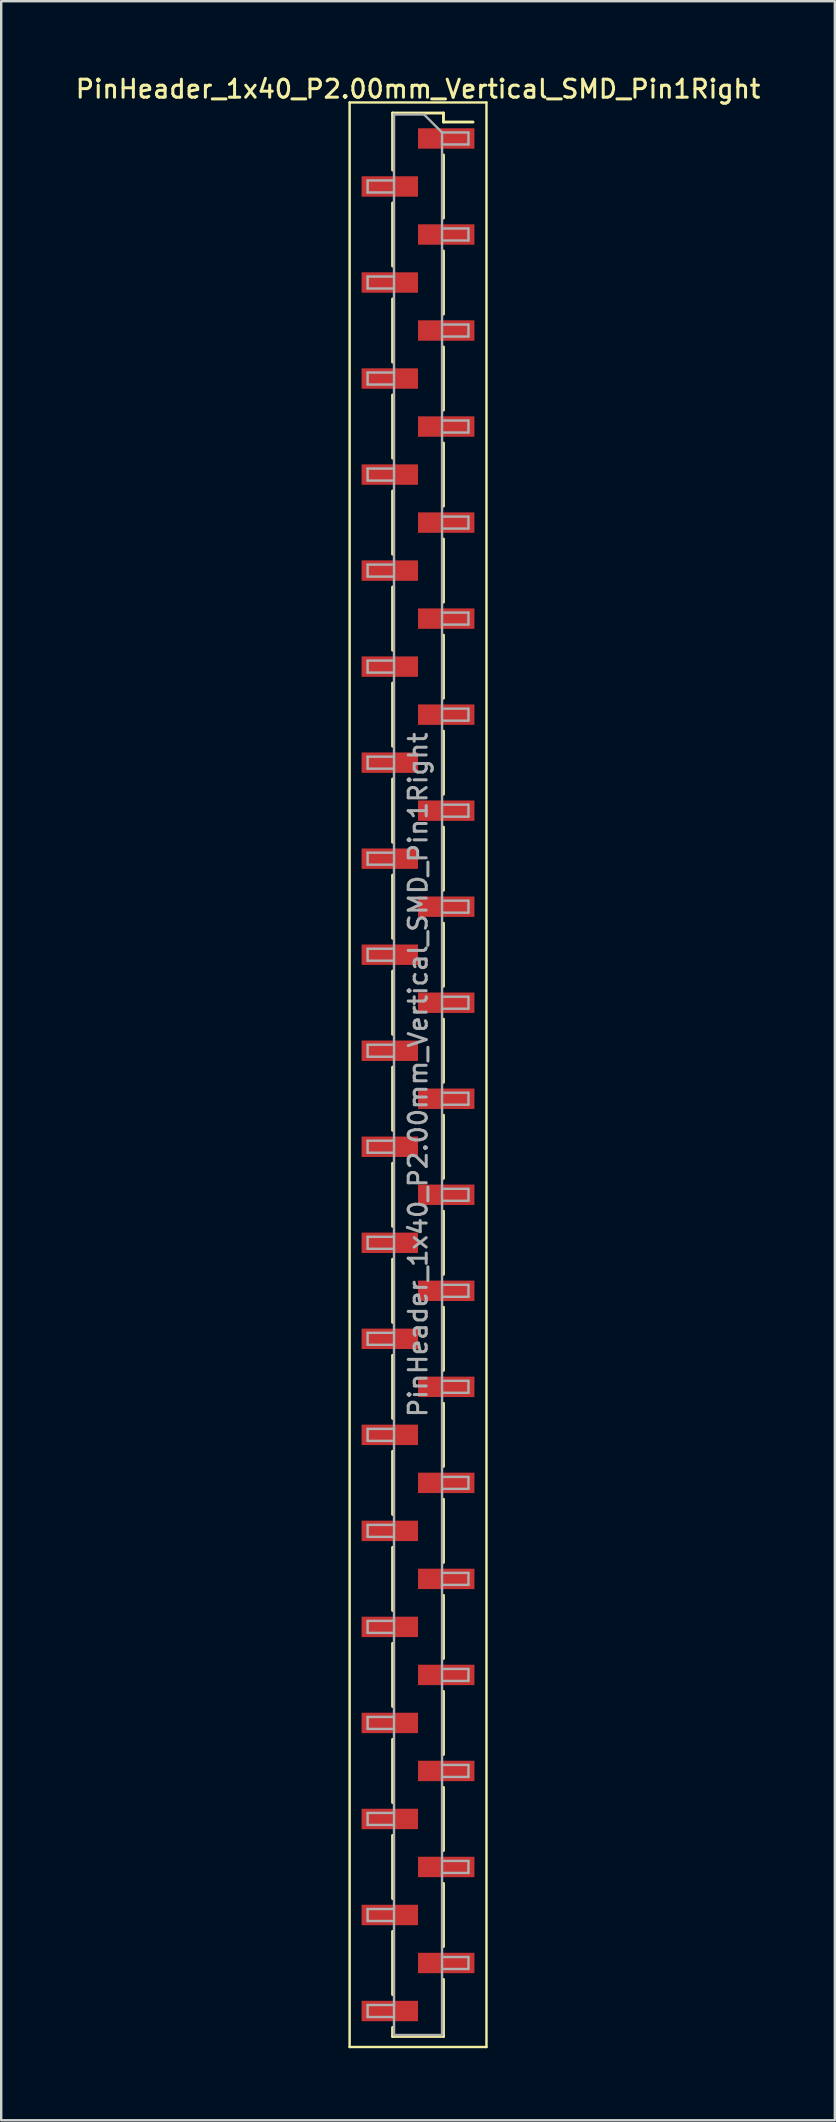
<source format=kicad_pcb>
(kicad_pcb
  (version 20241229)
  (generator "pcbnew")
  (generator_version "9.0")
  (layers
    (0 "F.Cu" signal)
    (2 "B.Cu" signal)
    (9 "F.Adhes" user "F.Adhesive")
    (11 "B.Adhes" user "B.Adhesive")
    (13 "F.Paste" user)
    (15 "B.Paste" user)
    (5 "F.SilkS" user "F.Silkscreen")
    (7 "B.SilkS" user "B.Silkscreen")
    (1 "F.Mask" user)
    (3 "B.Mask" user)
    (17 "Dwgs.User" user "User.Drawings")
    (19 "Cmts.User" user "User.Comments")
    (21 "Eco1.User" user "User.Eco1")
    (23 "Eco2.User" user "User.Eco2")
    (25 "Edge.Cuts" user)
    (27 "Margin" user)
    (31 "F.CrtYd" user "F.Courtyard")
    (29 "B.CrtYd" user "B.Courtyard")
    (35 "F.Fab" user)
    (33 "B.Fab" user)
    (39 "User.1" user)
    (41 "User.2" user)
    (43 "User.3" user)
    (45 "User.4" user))
  (footprint "PinHeader_1x40_P2.00mm_Vertical_SMD_Pin1Right"
    (layer "F.Cu")
    (at 14.363 41.718)
    (property "Reference" "PinHeader_1x40_P2.00mm_Vertical_SMD_Pin1Right" (at 0 -41.06 0) (layer "F.SilkS") (effects (font (size 0.75 0.75) (thickness 0.125))))
    (attr smd)
    (fp_line (start -2.85 -40.5) (end -2.85 40.5) (stroke (width 0.1) (type solid)) (layer "F.SilkS"))
    (fp_line (start -2.85 40.5) (end 2.85 40.5) (stroke (width 0.1) (type solid)) (layer "F.SilkS"))
    (fp_line (start -1.06 -40.06) (end -1.06 -37.685) (stroke (width 0.12) (type solid)) (layer "F.SilkS"))
    (fp_line (start -1.06 -40.06) (end 1.06 -40.06) (stroke (width 0.12) (type solid)) (layer "F.SilkS"))
    (fp_line (start -1.06 -36.315) (end -1.06 -33.685) (stroke (width 0.12) (type solid)) (layer "F.SilkS"))
    (fp_line (start -1.06 -32.315) (end -1.06 -29.685) (stroke (width 0.12) (type solid)) (layer "F.SilkS"))
    (fp_line (start -1.06 -28.315) (end -1.06 -25.685) (stroke (width 0.12) (type solid)) (layer "F.SilkS"))
    (fp_line (start -1.06 -24.315) (end -1.06 -21.685) (stroke (width 0.12) (type solid)) (layer "F.SilkS"))
    (fp_line (start -1.06 -20.315) (end -1.06 -17.685) (stroke (width 0.12) (type solid)) (layer "F.SilkS"))
    (fp_line (start -1.06 -16.315) (end -1.06 -13.685) (stroke (width 0.12) (type solid)) (layer "F.SilkS"))
    (fp_line (start -1.06 -12.315) (end -1.06 -9.685) (stroke (width 0.12) (type solid)) (layer "F.SilkS"))
    (fp_line (start -1.06 -8.315) (end -1.06 -5.685) (stroke (width 0.12) (type solid)) (layer "F.SilkS"))
    (fp_line (start -1.06 -4.315) (end -1.06 -1.685) (stroke (width 0.12) (type solid)) (layer "F.SilkS"))
    (fp_line (start -1.06 -0.315) (end -1.06 2.315) (stroke (width 0.12) (type solid)) (layer "F.SilkS"))
    (fp_line (start -1.06 3.685) (end -1.06 6.315) (stroke (width 0.12) (type solid)) (layer "F.SilkS"))
    (fp_line (start -1.06 7.685) (end -1.06 10.315) (stroke (width 0.12) (type solid)) (layer "F.SilkS"))
    (fp_line (start -1.06 11.685) (end -1.06 14.315) (stroke (width 0.12) (type solid)) (layer "F.SilkS"))
    (fp_line (start -1.06 15.685) (end -1.06 18.315) (stroke (width 0.12) (type solid)) (layer "F.SilkS"))
    (fp_line (start -1.06 19.685) (end -1.06 22.315) (stroke (width 0.12) (type solid)) (layer "F.SilkS"))
    (fp_line (start -1.06 23.685) (end -1.06 26.315) (stroke (width 0.12) (type solid)) (layer "F.SilkS"))
    (fp_line (start -1.06 27.685) (end -1.06 30.315) (stroke (width 0.12) (type solid)) (layer "F.SilkS"))
    (fp_line (start -1.06 31.685) (end -1.06 34.315) (stroke (width 0.12) (type solid)) (layer "F.SilkS"))
    (fp_line (start -1.06 35.685) (end -1.06 38.315) (stroke (width 0.12) (type solid)) (layer "F.SilkS"))
    (fp_line (start -1.06 39.685) (end -1.06 40.06) (stroke (width 0.12) (type solid)) (layer "F.SilkS"))
    (fp_line (start -1.06 40.06) (end 1.06 40.06) (stroke (width 0.12) (type solid)) (layer "F.SilkS"))
    (fp_line (start 1.06 -40.06) (end 1.06 -39.685) (stroke (width 0.12) (type solid)) (layer "F.SilkS"))
    (fp_line (start 1.06 -39.685) (end 2.29 -39.685) (stroke (width 0.12) (type solid)) (layer "F.SilkS"))
    (fp_line (start 1.06 -38.315) (end 1.06 -35.685) (stroke (width 0.12) (type solid)) (layer "F.SilkS"))
    (fp_line (start 1.06 -34.315) (end 1.06 -31.685) (stroke (width 0.12) (type solid)) (layer "F.SilkS"))
    (fp_line (start 1.06 -30.315) (end 1.06 -27.685) (stroke (width 0.12) (type solid)) (layer "F.SilkS"))
    (fp_line (start 1.06 -26.315) (end 1.06 -23.685) (stroke (width 0.12) (type solid)) (layer "F.SilkS"))
    (fp_line (start 1.06 -22.315) (end 1.06 -19.685) (stroke (width 0.12) (type solid)) (layer "F.SilkS"))
    (fp_line (start 1.06 -18.315) (end 1.06 -15.685) (stroke (width 0.12) (type solid)) (layer "F.SilkS"))
    (fp_line (start 1.06 -14.315) (end 1.06 -11.685) (stroke (width 0.12) (type solid)) (layer "F.SilkS"))
    (fp_line (start 1.06 -10.315) (end 1.06 -7.685) (stroke (width 0.12) (type solid)) (layer "F.SilkS"))
    (fp_line (start 1.06 -6.315) (end 1.06 -3.685) (stroke (width 0.12) (type solid)) (layer "F.SilkS"))
    (fp_line (start 1.06 -2.315) (end 1.06 0.315) (stroke (width 0.12) (type solid)) (layer "F.SilkS"))
    (fp_line (start 1.06 1.685) (end 1.06 4.315) (stroke (width 0.12) (type solid)) (layer "F.SilkS"))
    (fp_line (start 1.06 5.685) (end 1.06 8.315) (stroke (width 0.12) (type solid)) (layer "F.SilkS"))
    (fp_line (start 1.06 9.685) (end 1.06 12.315) (stroke (width 0.12) (type solid)) (layer "F.SilkS"))
    (fp_line (start 1.06 13.685) (end 1.06 16.315) (stroke (width 0.12) (type solid)) (layer "F.SilkS"))
    (fp_line (start 1.06 17.685) (end 1.06 20.315) (stroke (width 0.12) (type solid)) (layer "F.SilkS"))
    (fp_line (start 1.06 21.685) (end 1.06 24.315) (stroke (width 0.12) (type solid)) (layer "F.SilkS"))
    (fp_line (start 1.06 25.685) (end 1.06 28.315) (stroke (width 0.12) (type solid)) (layer "F.SilkS"))
    (fp_line (start 1.06 29.685) (end 1.06 32.315) (stroke (width 0.12) (type solid)) (layer "F.SilkS"))
    (fp_line (start 1.06 33.685) (end 1.06 36.315) (stroke (width 0.12) (type solid)) (layer "F.SilkS"))
    (fp_line (start 1.06 37.685) (end 1.06 40.06) (stroke (width 0.12) (type solid)) (layer "F.SilkS"))
    (fp_line (start 2.85 -40.5) (end -2.85 -40.5) (stroke (width 0.1) (type solid)) (layer "F.SilkS"))
    (fp_line (start 2.85 40.5) (end 2.85 -40.5) (stroke (width 0.1) (type solid)) (layer "F.SilkS"))
    (fp_line (start -2.1 -37.25) (end -2.1 -36.75) (stroke (width 0.1) (type solid)) (layer "F.Fab"))
    (fp_line (start -2.1 -36.75) (end -1 -36.75) (stroke (width 0.1) (type solid)) (layer "F.Fab"))
    (fp_line (start -2.1 -33.25) (end -2.1 -32.75) (stroke (width 0.1) (type solid)) (layer "F.Fab"))
    (fp_line (start -2.1 -32.75) (end -1 -32.75) (stroke (width 0.1) (type solid)) (layer "F.Fab"))
    (fp_line (start -2.1 -29.25) (end -2.1 -28.75) (stroke (width 0.1) (type solid)) (layer "F.Fab"))
    (fp_line (start -2.1 -28.75) (end -1 -28.75) (stroke (width 0.1) (type solid)) (layer "F.Fab"))
    (fp_line (start -2.1 -25.25) (end -2.1 -24.75) (stroke (width 0.1) (type solid)) (layer "F.Fab"))
    (fp_line (start -2.1 -24.75) (end -1 -24.75) (stroke (width 0.1) (type solid)) (layer "F.Fab"))
    (fp_line (start -2.1 -21.25) (end -2.1 -20.75) (stroke (width 0.1) (type solid)) (layer "F.Fab"))
    (fp_line (start -2.1 -20.75) (end -1 -20.75) (stroke (width 0.1) (type solid)) (layer "F.Fab"))
    (fp_line (start -2.1 -17.25) (end -2.1 -16.75) (stroke (width 0.1) (type solid)) (layer "F.Fab"))
    (fp_line (start -2.1 -16.75) (end -1 -16.75) (stroke (width 0.1) (type solid)) (layer "F.Fab"))
    (fp_line (start -2.1 -13.25) (end -2.1 -12.75) (stroke (width 0.1) (type solid)) (layer "F.Fab"))
    (fp_line (start -2.1 -12.75) (end -1 -12.75) (stroke (width 0.1) (type solid)) (layer "F.Fab"))
    (fp_line (start -2.1 -9.25) (end -2.1 -8.75) (stroke (width 0.1) (type solid)) (layer "F.Fab"))
    (fp_line (start -2.1 -8.75) (end -1 -8.75) (stroke (width 0.1) (type solid)) (layer "F.Fab"))
    (fp_line (start -2.1 -5.25) (end -2.1 -4.75) (stroke (width 0.1) (type solid)) (layer "F.Fab"))
    (fp_line (start -2.1 -4.75) (end -1 -4.75) (stroke (width 0.1) (type solid)) (layer "F.Fab"))
    (fp_line (start -2.1 -1.25) (end -2.1 -0.75) (stroke (width 0.1) (type solid)) (layer "F.Fab"))
    (fp_line (start -2.1 -0.75) (end -1 -0.75) (stroke (width 0.1) (type solid)) (layer "F.Fab"))
    (fp_line (start -2.1 2.75) (end -2.1 3.25) (stroke (width 0.1) (type solid)) (layer "F.Fab"))
    (fp_line (start -2.1 3.25) (end -1 3.25) (stroke (width 0.1) (type solid)) (layer "F.Fab"))
    (fp_line (start -2.1 6.75) (end -2.1 7.25) (stroke (width 0.1) (type solid)) (layer "F.Fab"))
    (fp_line (start -2.1 7.25) (end -1 7.25) (stroke (width 0.1) (type solid)) (layer "F.Fab"))
    (fp_line (start -2.1 10.75) (end -2.1 11.25) (stroke (width 0.1) (type solid)) (layer "F.Fab"))
    (fp_line (start -2.1 11.25) (end -1 11.25) (stroke (width 0.1) (type solid)) (layer "F.Fab"))
    (fp_line (start -2.1 14.75) (end -2.1 15.25) (stroke (width 0.1) (type solid)) (layer "F.Fab"))
    (fp_line (start -2.1 15.25) (end -1 15.25) (stroke (width 0.1) (type solid)) (layer "F.Fab"))
    (fp_line (start -2.1 18.75) (end -2.1 19.25) (stroke (width 0.1) (type solid)) (layer "F.Fab"))
    (fp_line (start -2.1 19.25) (end -1 19.25) (stroke (width 0.1) (type solid)) (layer "F.Fab"))
    (fp_line (start -2.1 22.75) (end -2.1 23.25) (stroke (width 0.1) (type solid)) (layer "F.Fab"))
    (fp_line (start -2.1 23.25) (end -1 23.25) (stroke (width 0.1) (type solid)) (layer "F.Fab"))
    (fp_line (start -2.1 26.75) (end -2.1 27.25) (stroke (width 0.1) (type solid)) (layer "F.Fab"))
    (fp_line (start -2.1 27.25) (end -1 27.25) (stroke (width 0.1) (type solid)) (layer "F.Fab"))
    (fp_line (start -2.1 30.75) (end -2.1 31.25) (stroke (width 0.1) (type solid)) (layer "F.Fab"))
    (fp_line (start -2.1 31.25) (end -1 31.25) (stroke (width 0.1) (type solid)) (layer "F.Fab"))
    (fp_line (start -2.1 34.75) (end -2.1 35.25) (stroke (width 0.1) (type solid)) (layer "F.Fab"))
    (fp_line (start -2.1 35.25) (end -1 35.25) (stroke (width 0.1) (type solid)) (layer "F.Fab"))
    (fp_line (start -2.1 38.75) (end -2.1 39.25) (stroke (width 0.1) (type solid)) (layer "F.Fab"))
    (fp_line (start -2.1 39.25) (end -1 39.25) (stroke (width 0.1) (type solid)) (layer "F.Fab"))
    (fp_line (start -1 -40) (end -1 40) (stroke (width 0.1) (type solid)) (layer "F.Fab"))
    (fp_line (start -1 -40) (end 0.25 -40) (stroke (width 0.1) (type solid)) (layer "F.Fab"))
    (fp_line (start -1 -37.25) (end -2.1 -37.25) (stroke (width 0.1) (type solid)) (layer "F.Fab"))
    (fp_line (start -1 -33.25) (end -2.1 -33.25) (stroke (width 0.1) (type solid)) (layer "F.Fab"))
    (fp_line (start -1 -29.25) (end -2.1 -29.25) (stroke (width 0.1) (type solid)) (layer "F.Fab"))
    (fp_line (start -1 -25.25) (end -2.1 -25.25) (stroke (width 0.1) (type solid)) (layer "F.Fab"))
    (fp_line (start -1 -21.25) (end -2.1 -21.25) (stroke (width 0.1) (type solid)) (layer "F.Fab"))
    (fp_line (start -1 -17.25) (end -2.1 -17.25) (stroke (width 0.1) (type solid)) (layer "F.Fab"))
    (fp_line (start -1 -13.25) (end -2.1 -13.25) (stroke (width 0.1) (type solid)) (layer "F.Fab"))
    (fp_line (start -1 -9.25) (end -2.1 -9.25) (stroke (width 0.1) (type solid)) (layer "F.Fab"))
    (fp_line (start -1 -5.25) (end -2.1 -5.25) (stroke (width 0.1) (type solid)) (layer "F.Fab"))
    (fp_line (start -1 -1.25) (end -2.1 -1.25) (stroke (width 0.1) (type solid)) (layer "F.Fab"))
    (fp_line (start -1 2.75) (end -2.1 2.75) (stroke (width 0.1) (type solid)) (layer "F.Fab"))
    (fp_line (start -1 6.75) (end -2.1 6.75) (stroke (width 0.1) (type solid)) (layer "F.Fab"))
    (fp_line (start -1 10.75) (end -2.1 10.75) (stroke (width 0.1) (type solid)) (layer "F.Fab"))
    (fp_line (start -1 14.75) (end -2.1 14.75) (stroke (width 0.1) (type solid)) (layer "F.Fab"))
    (fp_line (start -1 18.75) (end -2.1 18.75) (stroke (width 0.1) (type solid)) (layer "F.Fab"))
    (fp_line (start -1 22.75) (end -2.1 22.75) (stroke (width 0.1) (type solid)) (layer "F.Fab"))
    (fp_line (start -1 26.75) (end -2.1 26.75) (stroke (width 0.1) (type solid)) (layer "F.Fab"))
    (fp_line (start -1 30.75) (end -2.1 30.75) (stroke (width 0.1) (type solid)) (layer "F.Fab"))
    (fp_line (start -1 34.75) (end -2.1 34.75) (stroke (width 0.1) (type solid)) (layer "F.Fab"))
    (fp_line (start -1 38.75) (end -2.1 38.75) (stroke (width 0.1) (type solid)) (layer "F.Fab"))
    (fp_line (start 1 -39.25) (end 0.25 -40) (stroke (width 0.1) (type solid)) (layer "F.Fab"))
    (fp_line (start 1 -39.25) (end 2.1 -39.25) (stroke (width 0.1) (type solid)) (layer "F.Fab"))
    (fp_line (start 1 -35.25) (end 2.1 -35.25) (stroke (width 0.1) (type solid)) (layer "F.Fab"))
    (fp_line (start 1 -31.25) (end 2.1 -31.25) (stroke (width 0.1) (type solid)) (layer "F.Fab"))
    (fp_line (start 1 -27.25) (end 2.1 -27.25) (stroke (width 0.1) (type solid)) (layer "F.Fab"))
    (fp_line (start 1 -23.25) (end 2.1 -23.25) (stroke (width 0.1) (type solid)) (layer "F.Fab"))
    (fp_line (start 1 -19.25) (end 2.1 -19.25) (stroke (width 0.1) (type solid)) (layer "F.Fab"))
    (fp_line (start 1 -15.25) (end 2.1 -15.25) (stroke (width 0.1) (type solid)) (layer "F.Fab"))
    (fp_line (start 1 -11.25) (end 2.1 -11.25) (stroke (width 0.1) (type solid)) (layer "F.Fab"))
    (fp_line (start 1 -7.25) (end 2.1 -7.25) (stroke (width 0.1) (type solid)) (layer "F.Fab"))
    (fp_line (start 1 -3.25) (end 2.1 -3.25) (stroke (width 0.1) (type solid)) (layer "F.Fab"))
    (fp_line (start 1 0.75) (end 2.1 0.75) (stroke (width 0.1) (type solid)) (layer "F.Fab"))
    (fp_line (start 1 4.75) (end 2.1 4.75) (stroke (width 0.1) (type solid)) (layer "F.Fab"))
    (fp_line (start 1 8.75) (end 2.1 8.75) (stroke (width 0.1) (type solid)) (layer "F.Fab"))
    (fp_line (start 1 12.75) (end 2.1 12.75) (stroke (width 0.1) (type solid)) (layer "F.Fab"))
    (fp_line (start 1 16.75) (end 2.1 16.75) (stroke (width 0.1) (type solid)) (layer "F.Fab"))
    (fp_line (start 1 20.75) (end 2.1 20.75) (stroke (width 0.1) (type solid)) (layer "F.Fab"))
    (fp_line (start 1 24.75) (end 2.1 24.75) (stroke (width 0.1) (type solid)) (layer "F.Fab"))
    (fp_line (start 1 28.75) (end 2.1 28.75) (stroke (width 0.1) (type solid)) (layer "F.Fab"))
    (fp_line (start 1 32.75) (end 2.1 32.75) (stroke (width 0.1) (type solid)) (layer "F.Fab"))
    (fp_line (start 1 36.75) (end 2.1 36.75) (stroke (width 0.1) (type solid)) (layer "F.Fab"))
    (fp_line (start 1 40) (end -1 40) (stroke (width 0.1) (type solid)) (layer "F.Fab"))
    (fp_line (start 1 40) (end 1 -39.25) (stroke (width 0.1) (type solid)) (layer "F.Fab"))
    (fp_line (start 2.1 -39.25) (end 2.1 -38.75) (stroke (width 0.1) (type solid)) (layer "F.Fab"))
    (fp_line (start 2.1 -38.75) (end 1 -38.75) (stroke (width 0.1) (type solid)) (layer "F.Fab"))
    (fp_line (start 2.1 -35.25) (end 2.1 -34.75) (stroke (width 0.1) (type solid)) (layer "F.Fab"))
    (fp_line (start 2.1 -34.75) (end 1 -34.75) (stroke (width 0.1) (type solid)) (layer "F.Fab"))
    (fp_line (start 2.1 -31.25) (end 2.1 -30.75) (stroke (width 0.1) (type solid)) (layer "F.Fab"))
    (fp_line (start 2.1 -30.75) (end 1 -30.75) (stroke (width 0.1) (type solid)) (layer "F.Fab"))
    (fp_line (start 2.1 -27.25) (end 2.1 -26.75) (stroke (width 0.1) (type solid)) (layer "F.Fab"))
    (fp_line (start 2.1 -26.75) (end 1 -26.75) (stroke (width 0.1) (type solid)) (layer "F.Fab"))
    (fp_line (start 2.1 -23.25) (end 2.1 -22.75) (stroke (width 0.1) (type solid)) (layer "F.Fab"))
    (fp_line (start 2.1 -22.75) (end 1 -22.75) (stroke (width 0.1) (type solid)) (layer "F.Fab"))
    (fp_line (start 2.1 -19.25) (end 2.1 -18.75) (stroke (width 0.1) (type solid)) (layer "F.Fab"))
    (fp_line (start 2.1 -18.75) (end 1 -18.75) (stroke (width 0.1) (type solid)) (layer "F.Fab"))
    (fp_line (start 2.1 -15.25) (end 2.1 -14.75) (stroke (width 0.1) (type solid)) (layer "F.Fab"))
    (fp_line (start 2.1 -14.75) (end 1 -14.75) (stroke (width 0.1) (type solid)) (layer "F.Fab"))
    (fp_line (start 2.1 -11.25) (end 2.1 -10.75) (stroke (width 0.1) (type solid)) (layer "F.Fab"))
    (fp_line (start 2.1 -10.75) (end 1 -10.75) (stroke (width 0.1) (type solid)) (layer "F.Fab"))
    (fp_line (start 2.1 -7.25) (end 2.1 -6.75) (stroke (width 0.1) (type solid)) (layer "F.Fab"))
    (fp_line (start 2.1 -6.75) (end 1 -6.75) (stroke (width 0.1) (type solid)) (layer "F.Fab"))
    (fp_line (start 2.1 -3.25) (end 2.1 -2.75) (stroke (width 0.1) (type solid)) (layer "F.Fab"))
    (fp_line (start 2.1 -2.75) (end 1 -2.75) (stroke (width 0.1) (type solid)) (layer "F.Fab"))
    (fp_line (start 2.1 0.75) (end 2.1 1.25) (stroke (width 0.1) (type solid)) (layer "F.Fab"))
    (fp_line (start 2.1 1.25) (end 1 1.25) (stroke (width 0.1) (type solid)) (layer "F.Fab"))
    (fp_line (start 2.1 4.75) (end 2.1 5.25) (stroke (width 0.1) (type solid)) (layer "F.Fab"))
    (fp_line (start 2.1 5.25) (end 1 5.25) (stroke (width 0.1) (type solid)) (layer "F.Fab"))
    (fp_line (start 2.1 8.75) (end 2.1 9.25) (stroke (width 0.1) (type solid)) (layer "F.Fab"))
    (fp_line (start 2.1 9.25) (end 1 9.25) (stroke (width 0.1) (type solid)) (layer "F.Fab"))
    (fp_line (start 2.1 12.75) (end 2.1 13.25) (stroke (width 0.1) (type solid)) (layer "F.Fab"))
    (fp_line (start 2.1 13.25) (end 1 13.25) (stroke (width 0.1) (type solid)) (layer "F.Fab"))
    (fp_line (start 2.1 16.75) (end 2.1 17.25) (stroke (width 0.1) (type solid)) (layer "F.Fab"))
    (fp_line (start 2.1 17.25) (end 1 17.25) (stroke (width 0.1) (type solid)) (layer "F.Fab"))
    (fp_line (start 2.1 20.75) (end 2.1 21.25) (stroke (width 0.1) (type solid)) (layer "F.Fab"))
    (fp_line (start 2.1 21.25) (end 1 21.25) (stroke (width 0.1) (type solid)) (layer "F.Fab"))
    (fp_line (start 2.1 24.75) (end 2.1 25.25) (stroke (width 0.1) (type solid)) (layer "F.Fab"))
    (fp_line (start 2.1 25.25) (end 1 25.25) (stroke (width 0.1) (type solid)) (layer "F.Fab"))
    (fp_line (start 2.1 28.75) (end 2.1 29.25) (stroke (width 0.1) (type solid)) (layer "F.Fab"))
    (fp_line (start 2.1 29.25) (end 1 29.25) (stroke (width 0.1) (type solid)) (layer "F.Fab"))
    (fp_line (start 2.1 32.75) (end 2.1 33.25) (stroke (width 0.1) (type solid)) (layer "F.Fab"))
    (fp_line (start 2.1 33.25) (end 1 33.25) (stroke (width 0.1) (type solid)) (layer "F.Fab"))
    (fp_line (start 2.1 36.75) (end 2.1 37.25) (stroke (width 0.1) (type solid)) (layer "F.Fab"))
    (fp_line (start 2.1 37.25) (end 1 37.25) (stroke (width 0.1) (type solid)) (layer "F.Fab"))
    (fp_text user "${REFERENCE}" (at 0 0 90) (layer "F.Fab") (effects (font (size 0.75 0.75) (thickness 0.125))))
    (pad "1" smd rect (at 1.175 -39) (size 2.35 0.85) (layers "F.Cu" "F.Mask" "F.Paste"))
    (pad "2" smd rect (at -1.175 -37) (size 2.35 0.85) (layers "F.Cu" "F.Mask" "F.Paste"))
    (pad "3" smd rect (at 1.175 -35) (size 2.35 0.85) (layers "F.Cu" "F.Mask" "F.Paste"))
    (pad "4" smd rect (at -1.175 -33) (size 2.35 0.85) (layers "F.Cu" "F.Mask" "F.Paste"))
    (pad "5" smd rect (at 1.175 -31) (size 2.35 0.85) (layers "F.Cu" "F.Mask" "F.Paste"))
    (pad "6" smd rect (at -1.175 -29) (size 2.35 0.85) (layers "F.Cu" "F.Mask" "F.Paste"))
    (pad "7" smd rect (at 1.175 -27) (size 2.35 0.85) (layers "F.Cu" "F.Mask" "F.Paste"))
    (pad "8" smd rect (at -1.175 -25) (size 2.35 0.85) (layers "F.Cu" "F.Mask" "F.Paste"))
    (pad "9" smd rect (at 1.175 -23) (size 2.35 0.85) (layers "F.Cu" "F.Mask" "F.Paste"))
    (pad "10" smd rect (at -1.175 -21) (size 2.35 0.85) (layers "F.Cu" "F.Mask" "F.Paste"))
    (pad "11" smd rect (at 1.175 -19) (size 2.35 0.85) (layers "F.Cu" "F.Mask" "F.Paste"))
    (pad "12" smd rect (at -1.175 -17) (size 2.35 0.85) (layers "F.Cu" "F.Mask" "F.Paste"))
    (pad "13" smd rect (at 1.175 -15) (size 2.35 0.85) (layers "F.Cu" "F.Mask" "F.Paste"))
    (pad "14" smd rect (at -1.175 -13) (size 2.35 0.85) (layers "F.Cu" "F.Mask" "F.Paste"))
    (pad "15" smd rect (at 1.175 -11) (size 2.35 0.85) (layers "F.Cu" "F.Mask" "F.Paste"))
    (pad "16" smd rect (at -1.175 -9) (size 2.35 0.85) (layers "F.Cu" "F.Mask" "F.Paste"))
    (pad "17" smd rect (at 1.175 -7) (size 2.35 0.85) (layers "F.Cu" "F.Mask" "F.Paste"))
    (pad "18" smd rect (at -1.175 -5) (size 2.35 0.85) (layers "F.Cu" "F.Mask" "F.Paste"))
    (pad "19" smd rect (at 1.175 -3) (size 2.35 0.85) (layers "F.Cu" "F.Mask" "F.Paste"))
    (pad "20" smd rect (at -1.175 -1) (size 2.35 0.85) (layers "F.Cu" "F.Mask" "F.Paste"))
    (pad "21" smd rect (at 1.175 1) (size 2.35 0.85) (layers "F.Cu" "F.Mask" "F.Paste"))
    (pad "22" smd rect (at -1.175 3) (size 2.35 0.85) (layers "F.Cu" "F.Mask" "F.Paste"))
    (pad "23" smd rect (at 1.175 5) (size 2.35 0.85) (layers "F.Cu" "F.Mask" "F.Paste"))
    (pad "24" smd rect (at -1.175 7) (size 2.35 0.85) (layers "F.Cu" "F.Mask" "F.Paste"))
    (pad "25" smd rect (at 1.175 9) (size 2.35 0.85) (layers "F.Cu" "F.Mask" "F.Paste"))
    (pad "26" smd rect (at -1.175 11) (size 2.35 0.85) (layers "F.Cu" "F.Mask" "F.Paste"))
    (pad "27" smd rect (at 1.175 13) (size 2.35 0.85) (layers "F.Cu" "F.Mask" "F.Paste"))
    (pad "28" smd rect (at -1.175 15) (size 2.35 0.85) (layers "F.Cu" "F.Mask" "F.Paste"))
    (pad "29" smd rect (at 1.175 17) (size 2.35 0.85) (layers "F.Cu" "F.Mask" "F.Paste"))
    (pad "30" smd rect (at -1.175 19) (size 2.35 0.85) (layers "F.Cu" "F.Mask" "F.Paste"))
    (pad "31" smd rect (at 1.175 21) (size 2.35 0.85) (layers "F.Cu" "F.Mask" "F.Paste"))
    (pad "32" smd rect (at -1.175 23) (size 2.35 0.85) (layers "F.Cu" "F.Mask" "F.Paste"))
    (pad "33" smd rect (at 1.175 25) (size 2.35 0.85) (layers "F.Cu" "F.Mask" "F.Paste"))
    (pad "34" smd rect (at -1.175 27) (size 2.35 0.85) (layers "F.Cu" "F.Mask" "F.Paste"))
    (pad "35" smd rect (at 1.175 29) (size 2.35 0.85) (layers "F.Cu" "F.Mask" "F.Paste"))
    (pad "36" smd rect (at -1.175 31) (size 2.35 0.85) (layers "F.Cu" "F.Mask" "F.Paste"))
    (pad "37" smd rect (at 1.175 33) (size 2.35 0.85) (layers "F.Cu" "F.Mask" "F.Paste"))
    (pad "38" smd rect (at -1.175 35) (size 2.35 0.85) (layers "F.Cu" "F.Mask" "F.Paste"))
    (pad "39" smd rect (at 1.175 37) (size 2.35 0.85) (layers "F.Cu" "F.Mask" "F.Paste"))
    (pad "40" smd rect (at -1.175 39) (size 2.35 0.85) (layers "F.Cu" "F.Mask" "F.Paste")))
  (gr_rect
    (start -3 -3)
    (end 31.725 85.268)
    (stroke (width 0.1) (type default))
    (fill no)
    (layer "Edge.Cuts")))
</source>
